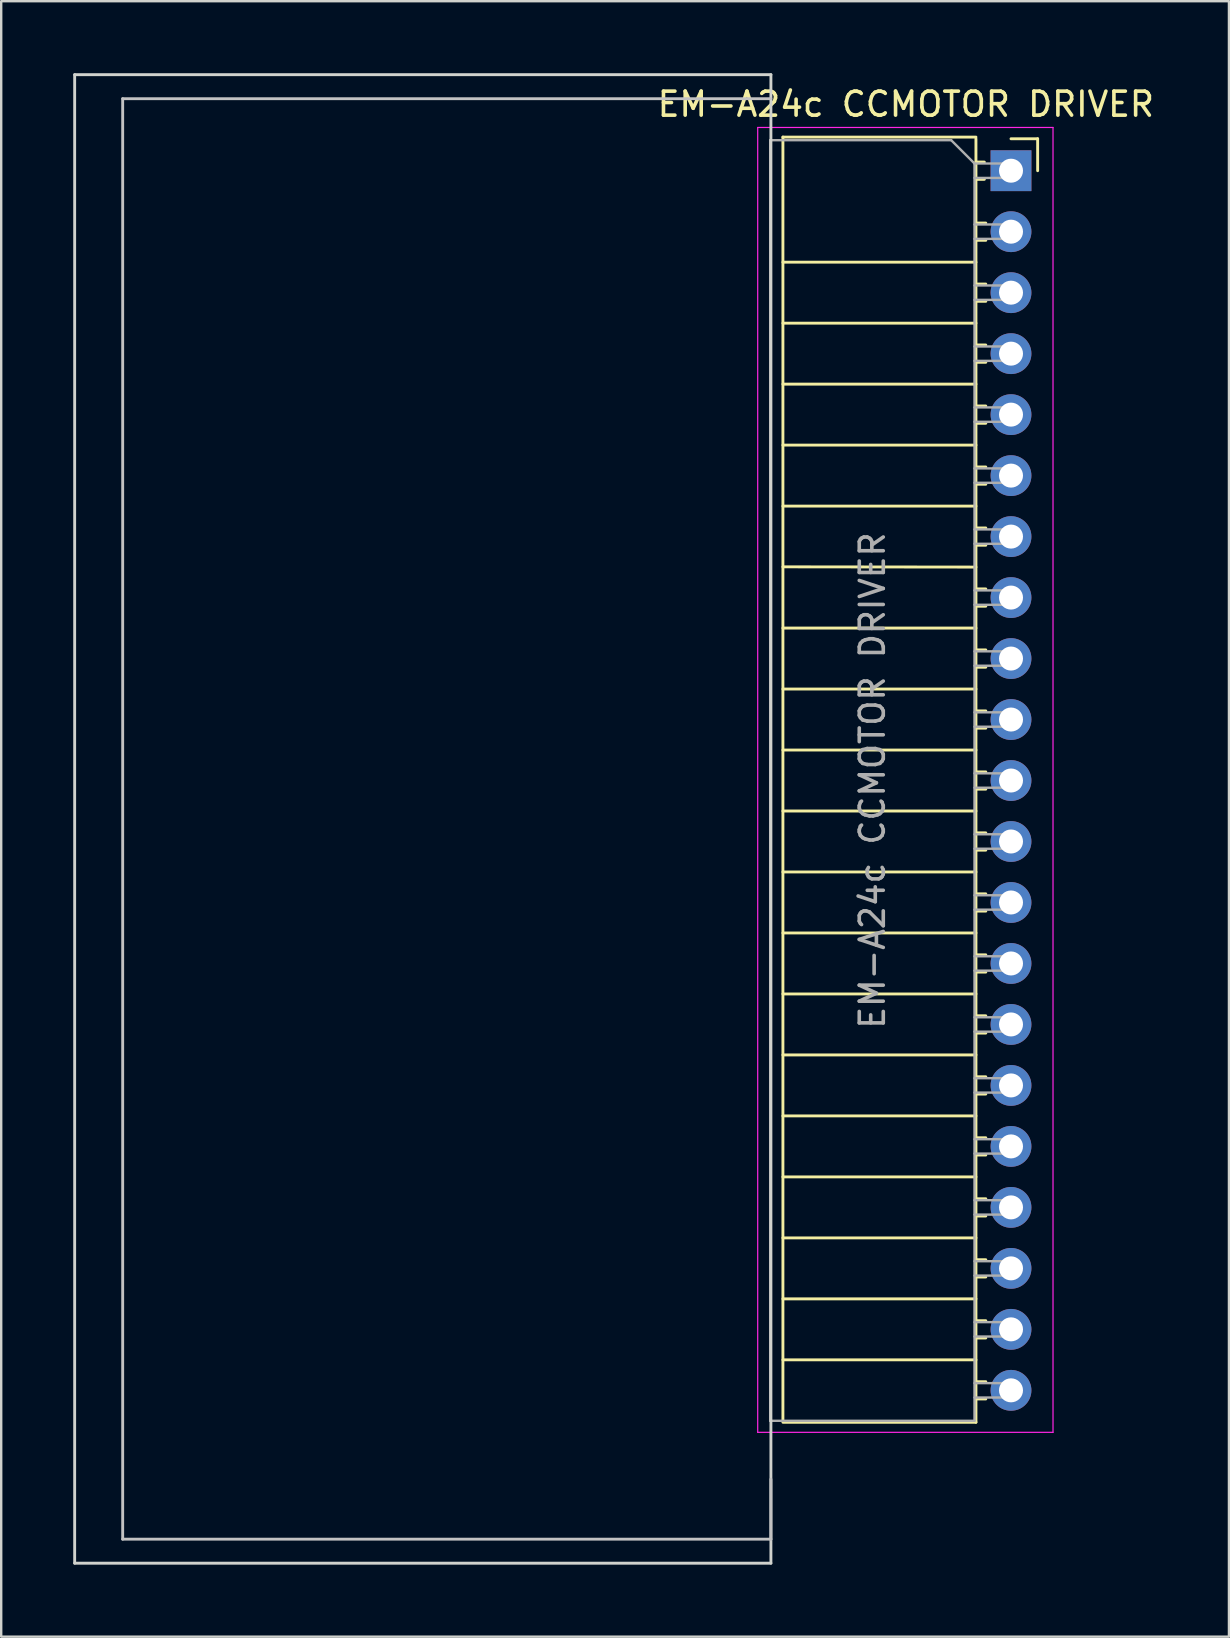
<source format=kicad_pcb>
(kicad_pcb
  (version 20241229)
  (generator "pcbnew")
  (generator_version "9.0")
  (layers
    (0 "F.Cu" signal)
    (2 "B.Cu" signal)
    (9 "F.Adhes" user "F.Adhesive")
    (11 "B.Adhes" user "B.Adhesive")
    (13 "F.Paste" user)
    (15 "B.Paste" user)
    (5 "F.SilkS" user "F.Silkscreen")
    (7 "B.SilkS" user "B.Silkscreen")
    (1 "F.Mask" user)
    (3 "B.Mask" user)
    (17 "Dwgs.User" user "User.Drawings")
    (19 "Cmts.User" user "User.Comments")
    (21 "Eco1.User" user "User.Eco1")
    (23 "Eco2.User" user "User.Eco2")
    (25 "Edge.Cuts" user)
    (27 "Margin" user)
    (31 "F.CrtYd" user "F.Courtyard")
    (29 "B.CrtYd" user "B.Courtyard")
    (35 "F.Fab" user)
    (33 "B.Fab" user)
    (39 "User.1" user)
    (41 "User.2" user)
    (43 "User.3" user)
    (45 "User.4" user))
  (footprint "EM-A24c CCMOTOR DRIVER"
    (layer "F.Cu")
    (at 39.06 4.06)
    (property "Reference" "EM-A24c CCMOTOR DRIVER" (at -4.38 -2.77 0) (layer "F.SilkS") (effects (font (size 1 1) (thickness 0.15))))
    (attr through_hole)
    (fp_line (start -9.5 -1.4) (end -9.5 52.06) (stroke (width 0.12) (type solid)) (layer "F.SilkS"))
    (fp_line (start -9.5 -1.4) (end -1.46 -1.4) (stroke (width 0.12) (type solid)) (layer "F.SilkS"))
    (fp_line (start -9.5 3.81) (end -1.46 3.81) (stroke (width 0.12) (type solid)) (layer "F.SilkS"))
    (fp_line (start -9.5 6.35) (end -1.46 6.35) (stroke (width 0.12) (type solid)) (layer "F.SilkS"))
    (fp_line (start -9.5 8.89) (end -1.46 8.89) (stroke (width 0.12) (type solid)) (layer "F.SilkS"))
    (fp_line (start -9.5 11.43) (end -1.46 11.43) (stroke (width 0.12) (type solid)) (layer "F.SilkS"))
    (fp_line (start -9.5 13.97) (end -1.46 13.97) (stroke (width 0.12) (type solid)) (layer "F.SilkS"))
    (fp_line (start -9.5 16.5) (end -1.46 16.51) (stroke (width 0.12) (type solid)) (layer "F.SilkS"))
    (fp_line (start -9.5 19.05) (end -1.46 19.05) (stroke (width 0.12) (type solid)) (layer "F.SilkS"))
    (fp_line (start -9.5 21.59) (end -1.46 21.59) (stroke (width 0.12) (type solid)) (layer "F.SilkS"))
    (fp_line (start -9.5 24.13) (end -1.46 24.13) (stroke (width 0.12) (type solid)) (layer "F.SilkS"))
    (fp_line (start -9.5 26.67) (end -1.46 26.67) (stroke (width 0.12) (type solid)) (layer "F.SilkS"))
    (fp_line (start -9.5 29.21) (end -1.46 29.21) (stroke (width 0.12) (type solid)) (layer "F.SilkS"))
    (fp_line (start -9.5 31.75) (end -1.46 31.75) (stroke (width 0.12) (type solid)) (layer "F.SilkS"))
    (fp_line (start -9.5 34.29) (end -1.46 34.29) (stroke (width 0.12) (type solid)) (layer "F.SilkS"))
    (fp_line (start -9.5 36.83) (end -1.46 36.83) (stroke (width 0.12) (type solid)) (layer "F.SilkS"))
    (fp_line (start -9.5 39.37) (end -1.46 39.37) (stroke (width 0.12) (type solid)) (layer "F.SilkS"))
    (fp_line (start -9.5 41.91) (end -1.46 41.91) (stroke (width 0.12) (type solid)) (layer "F.SilkS"))
    (fp_line (start -9.5 44.45) (end -1.46 44.45) (stroke (width 0.12) (type solid)) (layer "F.SilkS"))
    (fp_line (start -9.5 46.99) (end -1.46 46.99) (stroke (width 0.12) (type solid)) (layer "F.SilkS"))
    (fp_line (start -9.5 49.53) (end -1.46 49.53) (stroke (width 0.12) (type solid)) (layer "F.SilkS"))
    (fp_line (start -9.5 52.13) (end -1.46 52.13) (stroke (width 0.12) (type solid)) (layer "F.SilkS"))
    (fp_line (start -1.46 -1.33) (end -1.46 52.13) (stroke (width 0.12) (type solid)) (layer "F.SilkS"))
    (fp_line (start -1.46 -0.36) (end -1.11 -0.36) (stroke (width 0.12) (type solid)) (layer "F.SilkS"))
    (fp_line (start -1.46 0.36) (end -1.11 0.36) (stroke (width 0.12) (type solid)) (layer "F.SilkS"))
    (fp_line (start -1.46 2.18) (end -1.05 2.18) (stroke (width 0.12) (type solid)) (layer "F.SilkS"))
    (fp_line (start -1.46 2.9) (end -1.05 2.9) (stroke (width 0.12) (type solid)) (layer "F.SilkS"))
    (fp_line (start -1.46 4.72) (end -1.05 4.72) (stroke (width 0.12) (type solid)) (layer "F.SilkS"))
    (fp_line (start -1.46 5.44) (end -1.05 5.44) (stroke (width 0.12) (type solid)) (layer "F.SilkS"))
    (fp_line (start -1.46 7.26) (end -1.05 7.26) (stroke (width 0.12) (type solid)) (layer "F.SilkS"))
    (fp_line (start -1.46 7.98) (end -1.05 7.98) (stroke (width 0.12) (type solid)) (layer "F.SilkS"))
    (fp_line (start -1.46 9.8) (end -1.05 9.8) (stroke (width 0.12) (type solid)) (layer "F.SilkS"))
    (fp_line (start -1.46 10.52) (end -1.05 10.52) (stroke (width 0.12) (type solid)) (layer "F.SilkS"))
    (fp_line (start -1.46 12.34) (end -1.05 12.34) (stroke (width 0.12) (type solid)) (layer "F.SilkS"))
    (fp_line (start -1.46 13.06) (end -1.05 13.06) (stroke (width 0.12) (type solid)) (layer "F.SilkS"))
    (fp_line (start -1.46 14.88) (end -1.05 14.88) (stroke (width 0.12) (type solid)) (layer "F.SilkS"))
    (fp_line (start -1.46 15.6) (end -1.05 15.6) (stroke (width 0.12) (type solid)) (layer "F.SilkS"))
    (fp_line (start -1.46 17.42) (end -1.05 17.42) (stroke (width 0.12) (type solid)) (layer "F.SilkS"))
    (fp_line (start -1.46 18.14) (end -1.05 18.14) (stroke (width 0.12) (type solid)) (layer "F.SilkS"))
    (fp_line (start -1.46 19.96) (end -1.05 19.96) (stroke (width 0.12) (type solid)) (layer "F.SilkS"))
    (fp_line (start -1.46 20.68) (end -1.05 20.68) (stroke (width 0.12) (type solid)) (layer "F.SilkS"))
    (fp_line (start -1.46 22.5) (end -1.05 22.5) (stroke (width 0.12) (type solid)) (layer "F.SilkS"))
    (fp_line (start -1.46 23.22) (end -1.05 23.22) (stroke (width 0.12) (type solid)) (layer "F.SilkS"))
    (fp_line (start -1.46 25.04) (end -1.05 25.04) (stroke (width 0.12) (type solid)) (layer "F.SilkS"))
    (fp_line (start -1.46 25.76) (end -1.05 25.76) (stroke (width 0.12) (type solid)) (layer "F.SilkS"))
    (fp_line (start -1.46 27.58) (end -1.05 27.58) (stroke (width 0.12) (type solid)) (layer "F.SilkS"))
    (fp_line (start -1.46 28.3) (end -1.05 28.3) (stroke (width 0.12) (type solid)) (layer "F.SilkS"))
    (fp_line (start -1.46 30.12) (end -1.05 30.12) (stroke (width 0.12) (type solid)) (layer "F.SilkS"))
    (fp_line (start -1.46 30.84) (end -1.05 30.84) (stroke (width 0.12) (type solid)) (layer "F.SilkS"))
    (fp_line (start -1.46 32.66) (end -1.05 32.66) (stroke (width 0.12) (type solid)) (layer "F.SilkS"))
    (fp_line (start -1.46 33.38) (end -1.05 33.38) (stroke (width 0.12) (type solid)) (layer "F.SilkS"))
    (fp_line (start -1.46 35.2) (end -1.05 35.2) (stroke (width 0.12) (type solid)) (layer "F.SilkS"))
    (fp_line (start -1.46 35.92) (end -1.05 35.92) (stroke (width 0.12) (type solid)) (layer "F.SilkS"))
    (fp_line (start -1.46 37.74) (end -1.05 37.74) (stroke (width 0.12) (type solid)) (layer "F.SilkS"))
    (fp_line (start -1.46 38.46) (end -1.05 38.46) (stroke (width 0.12) (type solid)) (layer "F.SilkS"))
    (fp_line (start -1.46 40.28) (end -1.05 40.28) (stroke (width 0.12) (type solid)) (layer "F.SilkS"))
    (fp_line (start -1.46 41) (end -1.05 41) (stroke (width 0.12) (type solid)) (layer "F.SilkS"))
    (fp_line (start -1.46 42.82) (end -1.05 42.82) (stroke (width 0.12) (type solid)) (layer "F.SilkS"))
    (fp_line (start -1.46 43.54) (end -1.05 43.54) (stroke (width 0.12) (type solid)) (layer "F.SilkS"))
    (fp_line (start -1.46 45.36) (end -1.05 45.36) (stroke (width 0.12) (type solid)) (layer "F.SilkS"))
    (fp_line (start -1.46 46.08) (end -1.05 46.08) (stroke (width 0.12) (type solid)) (layer "F.SilkS"))
    (fp_line (start -1.46 47.9) (end -1.05 47.9) (stroke (width 0.12) (type solid)) (layer "F.SilkS"))
    (fp_line (start -1.46 48.62) (end -1.05 48.62) (stroke (width 0.12) (type solid)) (layer "F.SilkS"))
    (fp_line (start -1.46 50.44) (end -1.05 50.44) (stroke (width 0.12) (type solid)) (layer "F.SilkS"))
    (fp_line (start -1.46 51.16) (end -1.05 51.16) (stroke (width 0.12) (type solid)) (layer "F.SilkS"))
    (fp_line (start 0 -1.33) (end 1.11 -1.33) (stroke (width 0.12) (type solid)) (layer "F.SilkS"))
    (fp_line (start 1.11 -1.33) (end 1.11 0) (stroke (width 0.12) (type solid)) (layer "F.SilkS"))
    (fp_line (start -37 -3) (end -37 57) (stroke (width 0.12) (type default)) (layer "Dwgs.User"))
    (fp_line (start -37 57) (end -10 57) (stroke (width 0.12) (type default)) (layer "Dwgs.User"))
    (fp_line (start -10 -3) (end -37 -3) (stroke (width 0.12) (type default)) (layer "Dwgs.User"))
    (fp_line (start -10 57) (end -10 54.5) (stroke (width 0.12) (type default)) (layer "Dwgs.User"))
    (fp_line (start -39 -4) (end -39 58) (stroke (width 0.12) (type default)) (layer "Edge.Cuts"))
    (fp_line (start -39 58) (end -10 58) (stroke (width 0.12) (type default)) (layer "Edge.Cuts"))
    (fp_line (start -10 -4) (end -39 -4) (stroke (width 0.12) (type default)) (layer "Edge.Cuts"))
    (fp_line (start -10 58) (end -10 -4) (stroke (width 0.12) (type default)) (layer "Edge.Cuts"))
    (fp_line (start -10.55 -1.8) (end -10.55 52.55) (stroke (width 0.05) (type solid)) (layer "F.CrtYd"))
    (fp_line (start -10.55 52.55) (end 1.75 52.55) (stroke (width 0.05) (type solid)) (layer "F.CrtYd"))
    (fp_line (start 1.75 -1.8) (end -10.55 -1.8) (stroke (width 0.05) (type solid)) (layer "F.CrtYd"))
    (fp_line (start 1.75 52.55) (end 1.75 -1.8) (stroke (width 0.05) (type solid)) (layer "F.CrtYd"))
    (fp_line (start -10.03 -1.27) (end -2.49 -1.27) (stroke (width 0.1) (type solid)) (layer "F.Fab"))
    (fp_line (start -10.03 52.07) (end -10.03 -1.27) (stroke (width 0.1) (type solid)) (layer "F.Fab"))
    (fp_line (start -2.49 -1.27) (end -1.52 -0.3) (stroke (width 0.1) (type solid)) (layer "F.Fab"))
    (fp_line (start -1.52 -0.3) (end -1.52 52.07) (stroke (width 0.1) (type solid)) (layer "F.Fab"))
    (fp_line (start -1.52 0.3) (end 0 0.3) (stroke (width 0.1) (type solid)) (layer "F.Fab"))
    (fp_line (start -1.52 2.84) (end 0 2.84) (stroke (width 0.1) (type solid)) (layer "F.Fab"))
    (fp_line (start -1.52 5.38) (end 0 5.38) (stroke (width 0.1) (type solid)) (layer "F.Fab"))
    (fp_line (start -1.52 7.92) (end 0 7.92) (stroke (width 0.1) (type solid)) (layer "F.Fab"))
    (fp_line (start -1.52 10.46) (end 0 10.46) (stroke (width 0.1) (type solid)) (layer "F.Fab"))
    (fp_line (start -1.52 13) (end 0 13) (stroke (width 0.1) (type solid)) (layer "F.Fab"))
    (fp_line (start -1.52 15.54) (end 0 15.54) (stroke (width 0.1) (type solid)) (layer "F.Fab"))
    (fp_line (start -1.52 18.08) (end 0 18.08) (stroke (width 0.1) (type solid)) (layer "F.Fab"))
    (fp_line (start -1.52 20.62) (end 0 20.62) (stroke (width 0.1) (type solid)) (layer "F.Fab"))
    (fp_line (start -1.52 23.16) (end 0 23.16) (stroke (width 0.1) (type solid)) (layer "F.Fab"))
    (fp_line (start -1.52 25.7) (end 0 25.7) (stroke (width 0.1) (type solid)) (layer "F.Fab"))
    (fp_line (start -1.52 28.24) (end 0 28.24) (stroke (width 0.1) (type solid)) (layer "F.Fab"))
    (fp_line (start -1.52 30.78) (end 0 30.78) (stroke (width 0.1) (type solid)) (layer "F.Fab"))
    (fp_line (start -1.52 33.32) (end 0 33.32) (stroke (width 0.1) (type solid)) (layer "F.Fab"))
    (fp_line (start -1.52 35.86) (end 0 35.86) (stroke (width 0.1) (type solid)) (layer "F.Fab"))
    (fp_line (start -1.52 38.4) (end 0 38.4) (stroke (width 0.1) (type solid)) (layer "F.Fab"))
    (fp_line (start -1.52 40.94) (end 0 40.94) (stroke (width 0.1) (type solid)) (layer "F.Fab"))
    (fp_line (start -1.52 43.48) (end 0 43.48) (stroke (width 0.1) (type solid)) (layer "F.Fab"))
    (fp_line (start -1.52 46.02) (end 0 46.02) (stroke (width 0.1) (type solid)) (layer "F.Fab"))
    (fp_line (start -1.52 48.56) (end 0 48.56) (stroke (width 0.1) (type solid)) (layer "F.Fab"))
    (fp_line (start -1.52 51.1) (end 0 51.1) (stroke (width 0.1) (type solid)) (layer "F.Fab"))
    (fp_line (start -1.52 52.07) (end -10.03 52.07) (stroke (width 0.1) (type solid)) (layer "F.Fab"))
    (fp_line (start 0 -0.3) (end -1.52 -0.3) (stroke (width 0.1) (type solid)) (layer "F.Fab"))
    (fp_line (start 0 0.3) (end 0 -0.3) (stroke (width 0.1) (type solid)) (layer "F.Fab"))
    (fp_line (start 0 2.24) (end -1.52 2.24) (stroke (width 0.1) (type solid)) (layer "F.Fab"))
    (fp_line (start 0 2.84) (end 0 2.24) (stroke (width 0.1) (type solid)) (layer "F.Fab"))
    (fp_line (start 0 4.78) (end -1.52 4.78) (stroke (width 0.1) (type solid)) (layer "F.Fab"))
    (fp_line (start 0 5.38) (end 0 4.78) (stroke (width 0.1) (type solid)) (layer "F.Fab"))
    (fp_line (start 0 7.32) (end -1.52 7.32) (stroke (width 0.1) (type solid)) (layer "F.Fab"))
    (fp_line (start 0 7.92) (end 0 7.32) (stroke (width 0.1) (type solid)) (layer "F.Fab"))
    (fp_line (start 0 9.86) (end -1.52 9.86) (stroke (width 0.1) (type solid)) (layer "F.Fab"))
    (fp_line (start 0 10.46) (end 0 9.86) (stroke (width 0.1) (type solid)) (layer "F.Fab"))
    (fp_line (start 0 12.4) (end -1.52 12.4) (stroke (width 0.1) (type solid)) (layer "F.Fab"))
    (fp_line (start 0 13) (end 0 12.4) (stroke (width 0.1) (type solid)) (layer "F.Fab"))
    (fp_line (start 0 14.94) (end -1.52 14.94) (stroke (width 0.1) (type solid)) (layer "F.Fab"))
    (fp_line (start 0 15.54) (end 0 14.94) (stroke (width 0.1) (type solid)) (layer "F.Fab"))
    (fp_line (start 0 17.48) (end -1.52 17.48) (stroke (width 0.1) (type solid)) (layer "F.Fab"))
    (fp_line (start 0 18.08) (end 0 17.48) (stroke (width 0.1) (type solid)) (layer "F.Fab"))
    (fp_line (start 0 20.02) (end -1.52 20.02) (stroke (width 0.1) (type solid)) (layer "F.Fab"))
    (fp_line (start 0 20.62) (end 0 20.02) (stroke (width 0.1) (type solid)) (layer "F.Fab"))
    (fp_line (start 0 22.56) (end -1.52 22.56) (stroke (width 0.1) (type solid)) (layer "F.Fab"))
    (fp_line (start 0 23.16) (end 0 22.56) (stroke (width 0.1) (type solid)) (layer "F.Fab"))
    (fp_line (start 0 25.1) (end -1.52 25.1) (stroke (width 0.1) (type solid)) (layer "F.Fab"))
    (fp_line (start 0 25.7) (end 0 25.1) (stroke (width 0.1) (type solid)) (layer "F.Fab"))
    (fp_line (start 0 27.64) (end -1.52 27.64) (stroke (width 0.1) (type solid)) (layer "F.Fab"))
    (fp_line (start 0 28.24) (end 0 27.64) (stroke (width 0.1) (type solid)) (layer "F.Fab"))
    (fp_line (start 0 30.18) (end -1.52 30.18) (stroke (width 0.1) (type solid)) (layer "F.Fab"))
    (fp_line (start 0 30.78) (end 0 30.18) (stroke (width 0.1) (type solid)) (layer "F.Fab"))
    (fp_line (start 0 32.72) (end -1.52 32.72) (stroke (width 0.1) (type solid)) (layer "F.Fab"))
    (fp_line (start 0 33.32) (end 0 32.72) (stroke (width 0.1) (type solid)) (layer "F.Fab"))
    (fp_line (start 0 35.26) (end -1.52 35.26) (stroke (width 0.1) (type solid)) (layer "F.Fab"))
    (fp_line (start 0 35.86) (end 0 35.26) (stroke (width 0.1) (type solid)) (layer "F.Fab"))
    (fp_line (start 0 37.8) (end -1.52 37.8) (stroke (width 0.1) (type solid)) (layer "F.Fab"))
    (fp_line (start 0 38.4) (end 0 37.8) (stroke (width 0.1) (type solid)) (layer "F.Fab"))
    (fp_line (start 0 40.34) (end -1.52 40.34) (stroke (width 0.1) (type solid)) (layer "F.Fab"))
    (fp_line (start 0 40.94) (end 0 40.34) (stroke (width 0.1) (type solid)) (layer "F.Fab"))
    (fp_line (start 0 42.88) (end -1.52 42.88) (stroke (width 0.1) (type solid)) (layer "F.Fab"))
    (fp_line (start 0 43.48) (end 0 42.88) (stroke (width 0.1) (type solid)) (layer "F.Fab"))
    (fp_line (start 0 45.42) (end -1.52 45.42) (stroke (width 0.1) (type solid)) (layer "F.Fab"))
    (fp_line (start 0 46.02) (end 0 45.42) (stroke (width 0.1) (type solid)) (layer "F.Fab"))
    (fp_line (start 0 47.96) (end -1.52 47.96) (stroke (width 0.1) (type solid)) (layer "F.Fab"))
    (fp_line (start 0 48.56) (end 0 47.96) (stroke (width 0.1) (type solid)) (layer "F.Fab"))
    (fp_line (start 0 50.5) (end -1.52 50.5) (stroke (width 0.1) (type solid)) (layer "F.Fab"))
    (fp_line (start 0 51.1) (end 0 50.5) (stroke (width 0.1) (type solid)) (layer "F.Fab"))
    (fp_text user "${REFERENCE}" (at -5.775 25.4 90) (layer "F.Fab") (effects (font (size 1 1) (thickness 0.15))))
    (pad "1" thru_hole oval (at 0 50.8) (size 1.7 1.7) (drill 1) (layers "*.Cu" "*.Mask"))
    (pad "2" thru_hole oval (at 0 48.26) (size 1.7 1.7) (drill 1) (layers "*.Cu" "*.Mask"))
    (pad "3" thru_hole oval (at 0 45.72) (size 1.7 1.7) (drill 1) (layers "*.Cu" "*.Mask"))
    (pad "4" thru_hole oval (at 0 43.18) (size 1.7 1.7) (drill 1) (layers "*.Cu" "*.Mask"))
    (pad "5" thru_hole oval (at 0 40.64) (size 1.7 1.7) (drill 1) (layers "*.Cu" "*.Mask"))
    (pad "6" thru_hole oval (at 0 38.1) (size 1.7 1.7) (drill 1) (layers "*.Cu" "*.Mask"))
    (pad "7" thru_hole oval (at 0 35.56) (size 1.7 1.7) (drill 1) (layers "*.Cu" "*.Mask"))
    (pad "8" thru_hole oval (at 0 33.02) (size 1.7 1.7) (drill 1) (layers "*.Cu" "*.Mask"))
    (pad "9" thru_hole oval (at 0 30.48) (size 1.7 1.7) (drill 1) (layers "*.Cu" "*.Mask"))
    (pad "10" thru_hole oval (at 0 27.94) (size 1.7 1.7) (drill 1) (layers "*.Cu" "*.Mask"))
    (pad "11" thru_hole oval (at 0 25.4) (size 1.7 1.7) (drill 1) (layers "*.Cu" "*.Mask"))
    (pad "12" thru_hole oval (at 0 22.86) (size 1.7 1.7) (drill 1) (layers "*.Cu" "*.Mask"))
    (pad "13" thru_hole oval (at 0 20.32) (size 1.7 1.7) (drill 1) (layers "*.Cu" "*.Mask"))
    (pad "14" thru_hole oval (at 0 17.78) (size 1.7 1.7) (drill 1) (layers "*.Cu" "*.Mask"))
    (pad "15" thru_hole oval (at 0 15.24) (size 1.7 1.7) (drill 1) (layers "*.Cu" "*.Mask"))
    (pad "16" thru_hole oval (at 0 12.7) (size 1.7 1.7) (drill 1) (layers "*.Cu" "*.Mask"))
    (pad "17" thru_hole oval (at 0 10.16) (size 1.7 1.7) (drill 1) (layers "*.Cu" "*.Mask"))
    (pad "18" thru_hole oval (at 0 7.62) (size 1.7 1.7) (drill 1) (layers "*.Cu" "*.Mask"))
    (pad "19" thru_hole oval (at 0 5.08) (size 1.7 1.7) (drill 1) (layers "*.Cu" "*.Mask"))
    (pad "20" thru_hole oval (at 0 2.54) (size 1.7 1.7) (drill 1) (layers "*.Cu" "*.Mask"))
    (pad "21" thru_hole rect (at 0 0) (size 1.7 1.7) (drill 1) (layers "*.Cu" "*.Mask")))
  (gr_rect
    (start -3 -3)
    (end 48.138 65.12)
    (stroke (width 0.1) (type default))
    (fill no)
    (layer "Edge.Cuts")))
</source>
